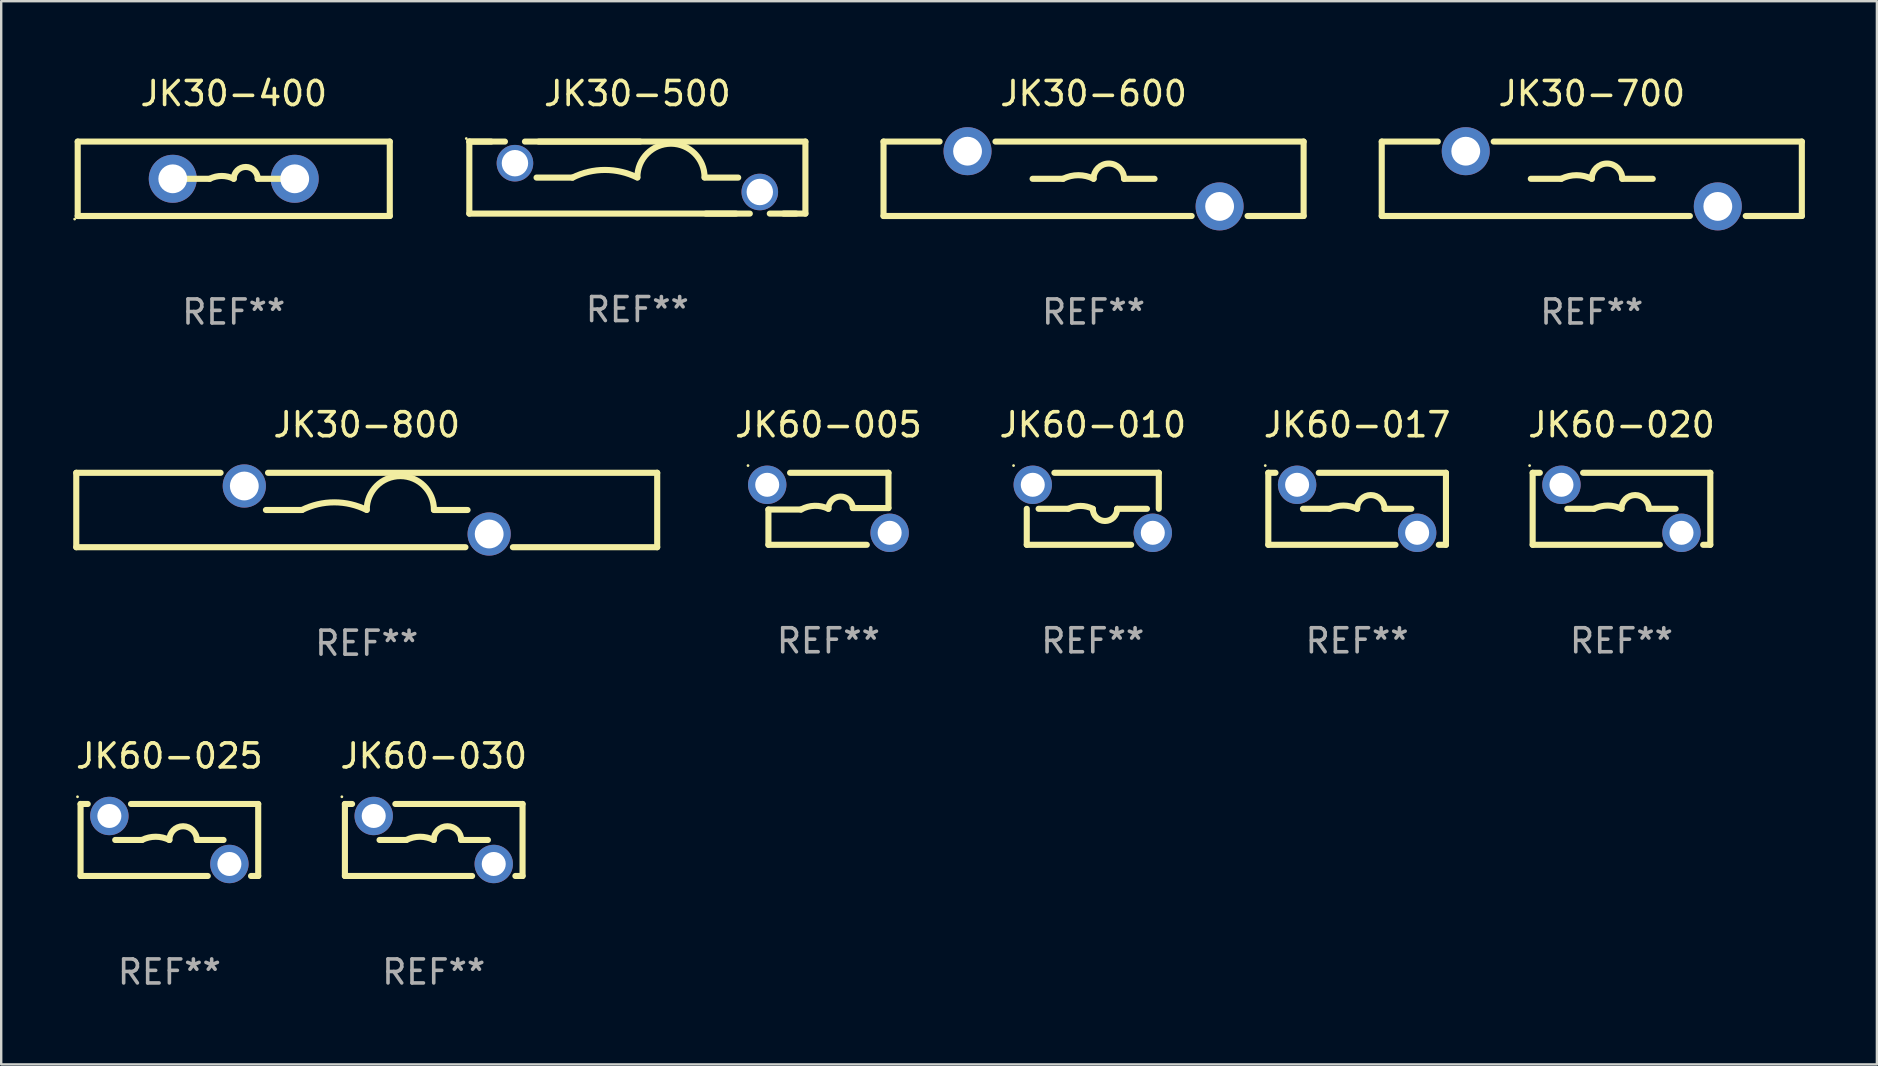
<source format=kicad_pcb>
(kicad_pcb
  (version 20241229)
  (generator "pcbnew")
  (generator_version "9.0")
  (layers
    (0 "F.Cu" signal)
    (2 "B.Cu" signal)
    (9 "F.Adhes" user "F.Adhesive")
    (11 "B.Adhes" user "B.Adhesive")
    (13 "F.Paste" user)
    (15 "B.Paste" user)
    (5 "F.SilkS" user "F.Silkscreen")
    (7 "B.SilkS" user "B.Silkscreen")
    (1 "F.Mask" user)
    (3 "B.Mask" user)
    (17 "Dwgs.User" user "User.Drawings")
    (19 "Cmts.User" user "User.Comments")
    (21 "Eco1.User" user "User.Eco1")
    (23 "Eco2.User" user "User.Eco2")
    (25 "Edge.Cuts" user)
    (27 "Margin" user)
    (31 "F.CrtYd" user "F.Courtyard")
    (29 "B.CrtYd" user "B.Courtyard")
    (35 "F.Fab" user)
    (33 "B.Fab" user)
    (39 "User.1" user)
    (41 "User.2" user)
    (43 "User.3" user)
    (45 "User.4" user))
  (footprint "JK60-025"
    (layer "F.Cu")
    (at 4.006 31.941)
    (property "Reference" "JK60-025" (at 0 -3.5 0) (layer "F.SilkS") (effects (font (size 1 1) (thickness 0.15))))
    (attr through_hole)
    (fp_line (start -3.7 -1.5) (end -3.401 -1.5) (stroke (width 0.254) (type solid)) (layer "F.SilkS"))
    (fp_line (start -3.7 1.5) (end -3.7 -1.5) (stroke (width 0.254) (type solid)) (layer "F.SilkS"))
    (fp_line (start -3.7 1.5) (end 1.599 1.5) (stroke (width 0.254) (type solid)) (layer "F.SilkS"))
    (fp_line (start -2.257 0) (end -1.143 0) (stroke (width 0.254) (type solid)) (layer "F.SilkS"))
    (fp_line (start -1.599 -1.5) (end 3.7 -1.5) (stroke (width 0.254) (type solid)) (layer "F.SilkS"))
    (fp_line (start 2.257 0) (end 1.143 0) (stroke (width 0.254) (type solid)) (layer "F.SilkS"))
    (fp_line (start 3.401 1.5) (end 3.7 1.5) (stroke (width 0.254) (type solid)) (layer "F.SilkS"))
    (fp_line (start 3.7 -1.5) (end 3.7 1.5) (stroke (width 0.254) (type solid)) (layer "F.SilkS"))
    (fp_arc (start -1.143002 0) (mid -0.571501 -0.134913) (end 0 0) (stroke (width 0.254001) (type solid)) (layer "F.SilkS"))
    (fp_arc (start -0.000634 0.000001) (mid 0.571183 -0.571805) (end 1.143002 0) (stroke (width 0.254001) (type solid)) (layer "F.SilkS"))
    (fp_circle (center -3.827 -1.8) (end -3.797 -1.8) (stroke (width 0.06) (type solid)) (fill no) (layer "F.SilkS"))
    (fp_text user "REF**" (at 0 5.5 0) (layer "F.Fab") (effects (font (size 1 1) (thickness 0.15))))
    (pad "1" thru_hole circle (at -2.5 -1) (size 1.6 1.6) (drill 1) (layers "*.Cu" "*.Mask"))
    (pad "2" thru_hole circle (at 2.5 1) (size 1.6 1.6) (drill 1) (layers "*.Cu" "*.Mask")))
  (footprint "JK60-017"
    (layer "F.Cu")
    (at 53.484 18.145)
    (property "Reference" "JK60-017" (at 0 -3.5 0) (layer "F.SilkS") (effects (font (size 1 1) (thickness 0.15))))
    (attr through_hole)
    (fp_line (start -3.7 -1.5) (end -3.401 -1.5) (stroke (width 0.254) (type solid)) (layer "F.SilkS"))
    (fp_line (start -3.7 1.5) (end -3.7 -1.5) (stroke (width 0.254) (type solid)) (layer "F.SilkS"))
    (fp_line (start -3.7 1.5) (end 1.599 1.5) (stroke (width 0.254) (type solid)) (layer "F.SilkS"))
    (fp_line (start -2.257 0) (end -1.143 0) (stroke (width 0.254) (type solid)) (layer "F.SilkS"))
    (fp_line (start -1.599 -1.5) (end 3.7 -1.5) (stroke (width 0.254) (type solid)) (layer "F.SilkS"))
    (fp_line (start 2.257 0) (end 1.143 0) (stroke (width 0.254) (type solid)) (layer "F.SilkS"))
    (fp_line (start 3.401 1.5) (end 3.7 1.5) (stroke (width 0.254) (type solid)) (layer "F.SilkS"))
    (fp_line (start 3.7 -1.5) (end 3.7 1.5) (stroke (width 0.254) (type solid)) (layer "F.SilkS"))
    (fp_arc (start -1.143002 0) (mid -0.571501 -0.134913) (end 0 0) (stroke (width 0.254001) (type solid)) (layer "F.SilkS"))
    (fp_arc (start -0.000634 0.000001) (mid 0.571183 -0.571805) (end 1.143002 0) (stroke (width 0.254001) (type solid)) (layer "F.SilkS"))
    (fp_circle (center -3.827 -1.8) (end -3.797 -1.8) (stroke (width 0.06) (type solid)) (fill no) (layer "F.SilkS"))
    (fp_text user "REF**" (at 0 5.5 0) (layer "F.Fab") (effects (font (size 1 1) (thickness 0.15))))
    (pad "1" thru_hole circle (at -2.5 -1) (size 1.6 1.6) (drill 1) (layers "*.Cu" "*.Mask"))
    (pad "2" thru_hole circle (at 2.5 1) (size 1.6 1.6) (drill 1) (layers "*.Cu" "*.Mask")))
  (footprint "JK60-030"
    (layer "F.Cu")
    (at 15.018 31.941)
    (property "Reference" "JK60-030" (at 0 -3.5 0) (layer "F.SilkS") (effects (font (size 1 1) (thickness 0.15))))
    (attr through_hole)
    (fp_line (start -3.7 -1.5) (end -3.401 -1.5) (stroke (width 0.254) (type solid)) (layer "F.SilkS"))
    (fp_line (start -3.7 1.5) (end -3.7 -1.5) (stroke (width 0.254) (type solid)) (layer "F.SilkS"))
    (fp_line (start -3.7 1.5) (end 1.599 1.5) (stroke (width 0.254) (type solid)) (layer "F.SilkS"))
    (fp_line (start -2.257 0) (end -1.143 0) (stroke (width 0.254) (type solid)) (layer "F.SilkS"))
    (fp_line (start -1.599 -1.5) (end 3.7 -1.5) (stroke (width 0.254) (type solid)) (layer "F.SilkS"))
    (fp_line (start 2.257 0) (end 1.143 0) (stroke (width 0.254) (type solid)) (layer "F.SilkS"))
    (fp_line (start 3.401 1.5) (end 3.7 1.5) (stroke (width 0.254) (type solid)) (layer "F.SilkS"))
    (fp_line (start 3.7 -1.5) (end 3.7 1.5) (stroke (width 0.254) (type solid)) (layer "F.SilkS"))
    (fp_arc (start -1.143002 0) (mid -0.571501 -0.134913) (end 0 0) (stroke (width 0.254001) (type solid)) (layer "F.SilkS"))
    (fp_arc (start -0.000634 0.000001) (mid 0.571183 -0.571805) (end 1.143002 0) (stroke (width 0.254001) (type solid)) (layer "F.SilkS"))
    (fp_circle (center -3.827 -1.8) (end -3.797 -1.8) (stroke (width 0.06) (type solid)) (fill no) (layer "F.SilkS"))
    (fp_text user "REF**" (at 0 5.5 0) (layer "F.Fab") (effects (font (size 1 1) (thickness 0.15))))
    (pad "1" thru_hole circle (at -2.5 -1) (size 1.6 1.6) (drill 1) (layers "*.Cu" "*.Mask"))
    (pad "2" thru_hole circle (at 2.5 1) (size 1.6 1.6) (drill 1) (layers "*.Cu" "*.Mask")))
  (footprint "JK60-020"
    (layer "F.Cu")
    (at 64.496 18.145)
    (property "Reference" "JK60-020" (at 0 -3.5 0) (layer "F.SilkS") (effects (font (size 1 1) (thickness 0.15))))
    (attr through_hole)
    (fp_line (start -3.7 -1.5) (end -3.401 -1.5) (stroke (width 0.254) (type solid)) (layer "F.SilkS"))
    (fp_line (start -3.7 1.5) (end -3.7 -1.5) (stroke (width 0.254) (type solid)) (layer "F.SilkS"))
    (fp_line (start -3.7 1.5) (end 1.599 1.5) (stroke (width 0.254) (type solid)) (layer "F.SilkS"))
    (fp_line (start -2.257 0) (end -1.143 0) (stroke (width 0.254) (type solid)) (layer "F.SilkS"))
    (fp_line (start -1.599 -1.5) (end 3.7 -1.5) (stroke (width 0.254) (type solid)) (layer "F.SilkS"))
    (fp_line (start 2.257 0) (end 1.143 0) (stroke (width 0.254) (type solid)) (layer "F.SilkS"))
    (fp_line (start 3.401 1.5) (end 3.7 1.5) (stroke (width 0.254) (type solid)) (layer "F.SilkS"))
    (fp_line (start 3.7 -1.5) (end 3.7 1.5) (stroke (width 0.254) (type solid)) (layer "F.SilkS"))
    (fp_arc (start -1.143002 0) (mid -0.571501 -0.134913) (end 0 0) (stroke (width 0.254001) (type solid)) (layer "F.SilkS"))
    (fp_arc (start -0.000634 0.000001) (mid 0.571183 -0.571805) (end 1.143002 0) (stroke (width 0.254001) (type solid)) (layer "F.SilkS"))
    (fp_circle (center -3.827 -1.8) (end -3.797 -1.8) (stroke (width 0.06) (type solid)) (fill no) (layer "F.SilkS"))
    (fp_text user "REF**" (at 0 5.5 0) (layer "F.Fab") (effects (font (size 1 1) (thickness 0.15))))
    (pad "1" thru_hole circle (at -2.5 -1) (size 1.6 1.6) (drill 1) (layers "*.Cu" "*.Mask"))
    (pad "2" thru_hole circle (at 2.5 1) (size 1.6 1.6) (drill 1) (layers "*.Cu" "*.Mask")))
  (footprint "JK30-600"
    (layer "F.Cu")
    (at 42.505 4.398)
    (property "Reference" "JK30-600" (at 0 -3.55 0) (layer "F.SilkS") (effects (font (size 1 1) (thickness 0.15))))
    (attr through_hole)
    (fp_line (start -8.75 -1.55) (end -6.414 -1.55) (stroke (width 0.254) (type solid)) (layer "F.SilkS"))
    (fp_line (start -8.75 1.55) (end -8.75 -1.55) (stroke (width 0.254) (type solid)) (layer "F.SilkS"))
    (fp_line (start -8.75 1.55) (end 4.086 1.55) (stroke (width 0.254) (type solid)) (layer "F.SilkS"))
    (fp_line (start -4.086 -1.55) (end 8.75 -1.55) (stroke (width 0.254) (type solid)) (layer "F.SilkS"))
    (fp_line (start -2.54 0) (end -1.27 0) (stroke (width 0.254) (type solid)) (layer "F.SilkS"))
    (fp_line (start 2.54 0) (end 1.27 0) (stroke (width 0.254) (type solid)) (layer "F.SilkS"))
    (fp_line (start 6.414 1.55) (end 8.75 1.55) (stroke (width 0.254) (type solid)) (layer "F.SilkS"))
    (fp_line (start 8.75 -1.55) (end 8.75 1.55) (stroke (width 0.254) (type solid)) (layer "F.SilkS"))
    (fp_arc (start -1.270003 0) (mid -0.635001 -0.149904) (end 0 0) (stroke (width 0.254001) (type solid)) (layer "F.SilkS"))
    (fp_arc (start -0.000001 0) (mid 0.635001 -0.635002) (end 1.270003 0) (stroke (width 0.254001) (type solid)) (layer "F.SilkS"))
    (fp_circle (center -8.75 -1.55) (end -8.72 -1.55) (stroke (width 0.06) (type solid)) (fill no) (layer "F.SilkS"))
    (fp_text user "REF**" (at 0 5.55 0) (layer "F.Fab") (effects (font (size 1 1) (thickness 0.15))))
    (pad "1" thru_hole circle (at -5.25 -1.15) (size 2 2) (drill 1.2) (layers "*.Cu" "*.Mask"))
    (pad "2" thru_hole circle (at 5.25 1.15) (size 2 2) (drill 1.2) (layers "*.Cu" "*.Mask")))
  (footprint "JK60-010"
    (layer "F.Cu")
    (at 42.472 18.145)
    (property "Reference" "JK60-010" (at 0 -3.5 0) (layer "F.SilkS") (effects (font (size 1 1) (thickness 0.15))))
    (attr through_hole)
    (fp_line (start -2.75 1.5) (end -2.75 0.000305) (stroke (width 0.254) (type solid)) (layer "F.SilkS"))
    (fp_line (start -2.75 1.5) (end 1.599 1.5) (stroke (width 0.254) (type solid)) (layer "F.SilkS"))
    (fp_line (start -2.257 0) (end -1.016 0) (stroke (width 0.254) (type solid)) (layer "F.SilkS"))
    (fp_line (start 2.257 0) (end 1.016 0) (stroke (width 0.254) (type solid)) (layer "F.SilkS"))
    (fp_line (start 2.75 -1.5) (end -1.599 -1.5) (stroke (width 0.254) (type solid)) (layer "F.SilkS"))
    (fp_line (start 2.75 -1.5) (end 2.75 -0.000279) (stroke (width 0.254) (type solid)) (layer "F.SilkS"))
    (fp_arc (start -1.016027 0) (mid -0.508026 -0.119923) (end -0.000025 0) (stroke (width 0.254001) (type solid)) (layer "F.SilkS"))
    (fp_arc (start 1.015977 0) (mid 0.508293 0.507671) (end 0.000609 -0.000001) (stroke (width 0.254001) (type solid)) (layer "F.SilkS"))
    (fp_circle (center -3.3 -1.8) (end -3.27 -1.8) (stroke (width 0.06) (type solid)) (fill no) (layer "F.SilkS"))
    (fp_text user "REF**" (at 0 5.5 0) (layer "F.Fab") (effects (font (size 1 1) (thickness 0.15))))
    (pad "1" thru_hole circle (at -2.5 -1) (size 1.6 1.6) (drill 1) (layers "*.Cu" "*.Mask"))
    (pad "2" thru_hole circle (at 2.5 1) (size 1.6 1.6) (drill 1) (layers "*.Cu" "*.Mask")))
  (footprint "JK60-005"
    (layer "F.Cu")
    (at 31.46 18.145)
    (property "Reference" "JK60-005" (at 0 -3.5 0) (layer "F.SilkS") (effects (font (size 1 1) (thickness 0.15))))
    (attr through_hole)
    (fp_line (start -2.5 0.031) (end -1.143 0.031) (stroke (width 0.254) (type solid)) (layer "F.SilkS"))
    (fp_line (start -2.5 1.5) (end -2.5 0.031) (stroke (width 0.254) (type solid)) (layer "F.SilkS"))
    (fp_line (start -2.5 1.5) (end 1.599 1.5) (stroke (width 0.254) (type solid)) (layer "F.SilkS"))
    (fp_line (start 2.5 -1.5) (end -1.598 -1.5) (stroke (width 0.254) (type solid)) (layer "F.SilkS"))
    (fp_line (start 2.5 -1.5) (end 2.5 -0.031) (stroke (width 0.254) (type solid)) (layer "F.SilkS"))
    (fp_line (start 2.5 -0.031) (end 1.016 -0.031) (stroke (width 0.254) (type solid)) (layer "F.SilkS"))
    (fp_arc (start -1.143002 0.03114) (mid -0.575311 -0.124289) (end 0 0) (stroke (width 0.254001) (type solid)) (layer "F.SilkS"))
    (fp_arc (start -0.000254 0.000254) (mid 0.492648 -0.508334) (end 1.016002 -0.03114) (stroke (width 0.254001) (type solid)) (layer "F.SilkS"))
    (fp_circle (center -3.35 -1.8) (end -3.32 -1.8) (stroke (width 0.06) (type solid)) (fill no) (layer "F.SilkS"))
    (fp_text user "REF**" (at 0 5.5 0) (layer "F.Fab") (effects (font (size 1 1) (thickness 0.15))))
    (pad "1" thru_hole circle (at -2.55 -1) (size 1.6 1.6) (drill 1) (layers "*.Cu" "*.Mask"))
    (pad "2" thru_hole circle (at 2.55 1) (size 1.6 1.6) (drill 1) (layers "*.Cu" "*.Mask")))
  (footprint "JK30-500"
    (layer "F.Cu")
    (at 23.501 4.348)
    (property "Reference" "JK30-500" (at 0 -3.5 0) (layer "F.SilkS") (effects (font (size 1 1) (thickness 0.15))))
    (attr through_hole)
    (fp_line (start -7 -1.5) (end -7 1.5) (stroke (width 0.254) (type solid)) (layer "F.SilkS"))
    (fp_line (start -7 -1.5) (end -5.517 -1.5) (stroke (width 0.254) (type solid)) (layer "F.SilkS"))
    (fp_line (start -7 1.5) (end 4.107 1.5) (stroke (width 0.254) (type solid)) (layer "F.SilkS"))
    (fp_line (start -6.093 -1.5) (end -7 -1.5) (stroke (width 0.254) (type solid)) (layer "F.SilkS"))
    (fp_line (start -4.683 -1.5) (end 0.11 -1.5) (stroke (width 0.254) (type solid)) (layer "F.SilkS"))
    (fp_line (start -2.7 -0.000127) (end -4.2 -0.000127) (stroke (width 0.254) (type solid)) (layer "F.SilkS"))
    (fp_line (start 2.8 -0.000127) (end 4.2 -0.000127) (stroke (width 0.254) (type solid)) (layer "F.SilkS"))
    (fp_line (start 2.853 1.5) (end 4.684 1.5) (stroke (width 0.254) (type solid)) (layer "F.SilkS"))
    (fp_line (start 5.516 1.5) (end 6.612 1.5) (stroke (width 0.254) (type solid)) (layer "F.SilkS"))
    (fp_line (start 6.093 1.5) (end 7 1.5) (stroke (width 0.254) (type solid)) (layer "F.SilkS"))
    (fp_line (start 7 -1.5) (end -4.107 -1.5) (stroke (width 0.254) (type solid)) (layer "F.SilkS"))
    (fp_line (start 7 1.5) (end 7 -1.5) (stroke (width 0.254) (type solid)) (layer "F.SilkS"))
    (fp_arc (start -2.700025 -0.000127) (mid -1.350013 -0.318821) (end 0 -0.000127) (stroke (width 0.254001) (type solid)) (layer "F.SilkS"))
    (fp_arc (start 0 -0.012827) (mid 1.399543 -1.411862) (end 2.799086 -0.012827) (stroke (width 0.254001) (type solid)) (layer "F.SilkS"))
    (fp_circle (center -7.127 -1.627) (end -7.097 -1.627) (stroke (width 0.06) (type solid)) (fill no) (layer "F.SilkS"))
    (fp_text user "REF**" (at 0 5.5 0) (layer "F.Fab") (effects (font (size 1 1) (thickness 0.15))))
    (pad "1" thru_hole circle (at -5.1 -0.6) (size 1.524 1.524) (drill 1.1) (layers "*.Cu" "*.Mask"))
    (pad "2" thru_hole circle (at 5.1 0.6) (size 1.524 1.524) (drill 1.1) (layers "*.Cu" "*.Mask")))
  (footprint "JK30-400"
    (layer "F.Cu")
    (at 6.687 4.398)
    (property "Reference" "JK30-400" (at 0 -3.55 0) (layer "F.SilkS") (effects (font (size 1 1) (thickness 0.15))))
    (attr through_hole)
    (fp_line (start -6.5 -1.55) (end 6.5 -1.55) (stroke (width 0.254) (type solid)) (layer "F.SilkS"))
    (fp_line (start -6.5 1.55) (end -6.5 -1.55) (stroke (width 0.254) (type solid)) (layer "F.SilkS"))
    (fp_line (start -1 -0.000127) (end -2 -0.000127) (stroke (width 0.254) (type solid)) (layer "F.SilkS"))
    (fp_line (start 1 -0.000127) (end 2 -0.000127) (stroke (width 0.254) (type solid)) (layer "F.SilkS"))
    (fp_line (start 6.5 -1.55) (end 6.5 1.55) (stroke (width 0.254) (type solid)) (layer "F.SilkS"))
    (fp_line (start 6.5 1.55) (end -6.5 1.55) (stroke (width 0.254) (type solid)) (layer "F.SilkS"))
    (fp_arc (start -1.000127 -0.000127) (mid -0.500127 -0.118148) (end -0.000127 -0.000127) (stroke (width 0.254001) (type solid)) (layer "F.SilkS"))
    (fp_arc (start -0.000127 -0.000127) (mid 0.500254 -0.5) (end 1.000635 -0.000127) (stroke (width 0.254001) (type solid)) (layer "F.SilkS"))
    (fp_circle (center -6.627 1.677) (end -6.597 1.677) (stroke (width 0.06) (type solid)) (fill no) (layer "F.SilkS"))
    (fp_text user "REF**" (at 0 5.55 0) (layer "F.Fab") (effects (font (size 1 1) (thickness 0.15))))
    (pad "1" thru_hole circle (at -2.54 -0.000127) (size 2 2) (drill 1.2) (layers "*.Cu" "*.Mask"))
    (pad "2" thru_hole circle (at 2.54 -0.000127) (size 2 2) (drill 1.2) (layers "*.Cu" "*.Mask")))
  (footprint "JK30-700"
    (layer "F.Cu")
    (at 63.259 4.398)
    (property "Reference" "JK30-700" (at 0 -3.55 0) (layer "F.SilkS") (effects (font (size 1 1) (thickness 0.15))))
    (attr through_hole)
    (fp_line (start -8.75 -1.55) (end -6.414 -1.55) (stroke (width 0.254) (type solid)) (layer "F.SilkS"))
    (fp_line (start -8.75 1.55) (end -8.75 -1.55) (stroke (width 0.254) (type solid)) (layer "F.SilkS"))
    (fp_line (start -8.75 1.55) (end 4.086 1.55) (stroke (width 0.254) (type solid)) (layer "F.SilkS"))
    (fp_line (start -4.086 -1.55) (end 8.75 -1.55) (stroke (width 0.254) (type solid)) (layer "F.SilkS"))
    (fp_line (start -2.54 0) (end -1.27 0) (stroke (width 0.254) (type solid)) (layer "F.SilkS"))
    (fp_line (start 2.54 0) (end 1.27 0) (stroke (width 0.254) (type solid)) (layer "F.SilkS"))
    (fp_line (start 6.414 1.55) (end 8.75 1.55) (stroke (width 0.254) (type solid)) (layer "F.SilkS"))
    (fp_line (start 8.75 -1.55) (end 8.75 1.55) (stroke (width 0.254) (type solid)) (layer "F.SilkS"))
    (fp_arc (start -1.270003 0) (mid -0.635001 -0.149904) (end 0 0) (stroke (width 0.254001) (type solid)) (layer "F.SilkS"))
    (fp_arc (start -0.000001 0) (mid 0.635001 -0.635002) (end 1.270003 0) (stroke (width 0.254001) (type solid)) (layer "F.SilkS"))
    (fp_circle (center -8.75 -1.55) (end -8.72 -1.55) (stroke (width 0.06) (type solid)) (fill no) (layer "F.SilkS"))
    (fp_text user "REF**" (at 0 5.55 0) (layer "F.Fab") (effects (font (size 1 1) (thickness 0.15))))
    (pad "1" thru_hole circle (at -5.25 -1.15) (size 2 2) (drill 1.2) (layers "*.Cu" "*.Mask"))
    (pad "2" thru_hole circle (at 5.25 1.15) (size 2 2) (drill 1.2) (layers "*.Cu" "*.Mask")))
  (footprint "JK30-800"
    (layer "F.Cu")
    (at 12.227 18.195)
    (property "Reference" "JK30-800" (at 0 -3.55 0) (layer "F.SilkS") (effects (font (size 1 1) (thickness 0.15))))
    (attr through_hole)
    (fp_line (start -12.1 -1.55) (end -6.088 -1.55) (stroke (width 0.254) (type solid)) (layer "F.SilkS"))
    (fp_line (start -12.1 1.55) (end -12.1 -1.55) (stroke (width 0.254) (type solid)) (layer "F.SilkS"))
    (fp_line (start -4.112 -1.55) (end 12.1 -1.55) (stroke (width 0.254) (type solid)) (layer "F.SilkS"))
    (fp_line (start -2.7 -0.000013) (end -4.2 -0.000013) (stroke (width 0.254) (type solid)) (layer "F.SilkS"))
    (fp_line (start 2.8 -0.000013) (end 4.2 -0.000013) (stroke (width 0.254) (type solid)) (layer "F.SilkS"))
    (fp_line (start 4.112 1.55) (end -12.1 1.55) (stroke (width 0.254) (type solid)) (layer "F.SilkS"))
    (fp_line (start 12.1 -1.55) (end 12.1 1.55) (stroke (width 0.254) (type solid)) (layer "F.SilkS"))
    (fp_line (start 12.1 1.55) (end 6.088 1.55) (stroke (width 0.254) (type solid)) (layer "F.SilkS"))
    (fp_arc (start -2.700025 -0.000013) (mid -1.350012 -0.318707) (end 0.000001 -0.000012) (stroke (width 0.254001) (type solid)) (layer "F.SilkS"))
    (fp_arc (start 0 -0.012713) (mid 1.399543 -1.411748) (end 2.799086 -0.012713) (stroke (width 0.254001) (type solid)) (layer "F.SilkS"))
    (fp_circle (center -12.1 -1.55) (end -12.07 -1.55) (stroke (width 0.06) (type solid)) (fill no) (layer "F.SilkS"))
    (fp_text user "REF**" (at 0 5.55 0) (layer "F.Fab") (effects (font (size 1 1) (thickness 0.15))))
    (pad "1" thru_hole circle (at -5.1 -1) (size 1.8 1.8) (drill 1.2) (layers "*.Cu" "*.Mask"))
    (pad "2" thru_hole circle (at 5.1 1) (size 1.8 1.8) (drill 1.2) (layers "*.Cu" "*.Mask")))
  (gr_rect
    (start -3 -3)
    (end 75.136 41.29)
    (stroke (width 0.1) (type default))
    (fill no)
    (layer "Edge.Cuts")))
</source>
